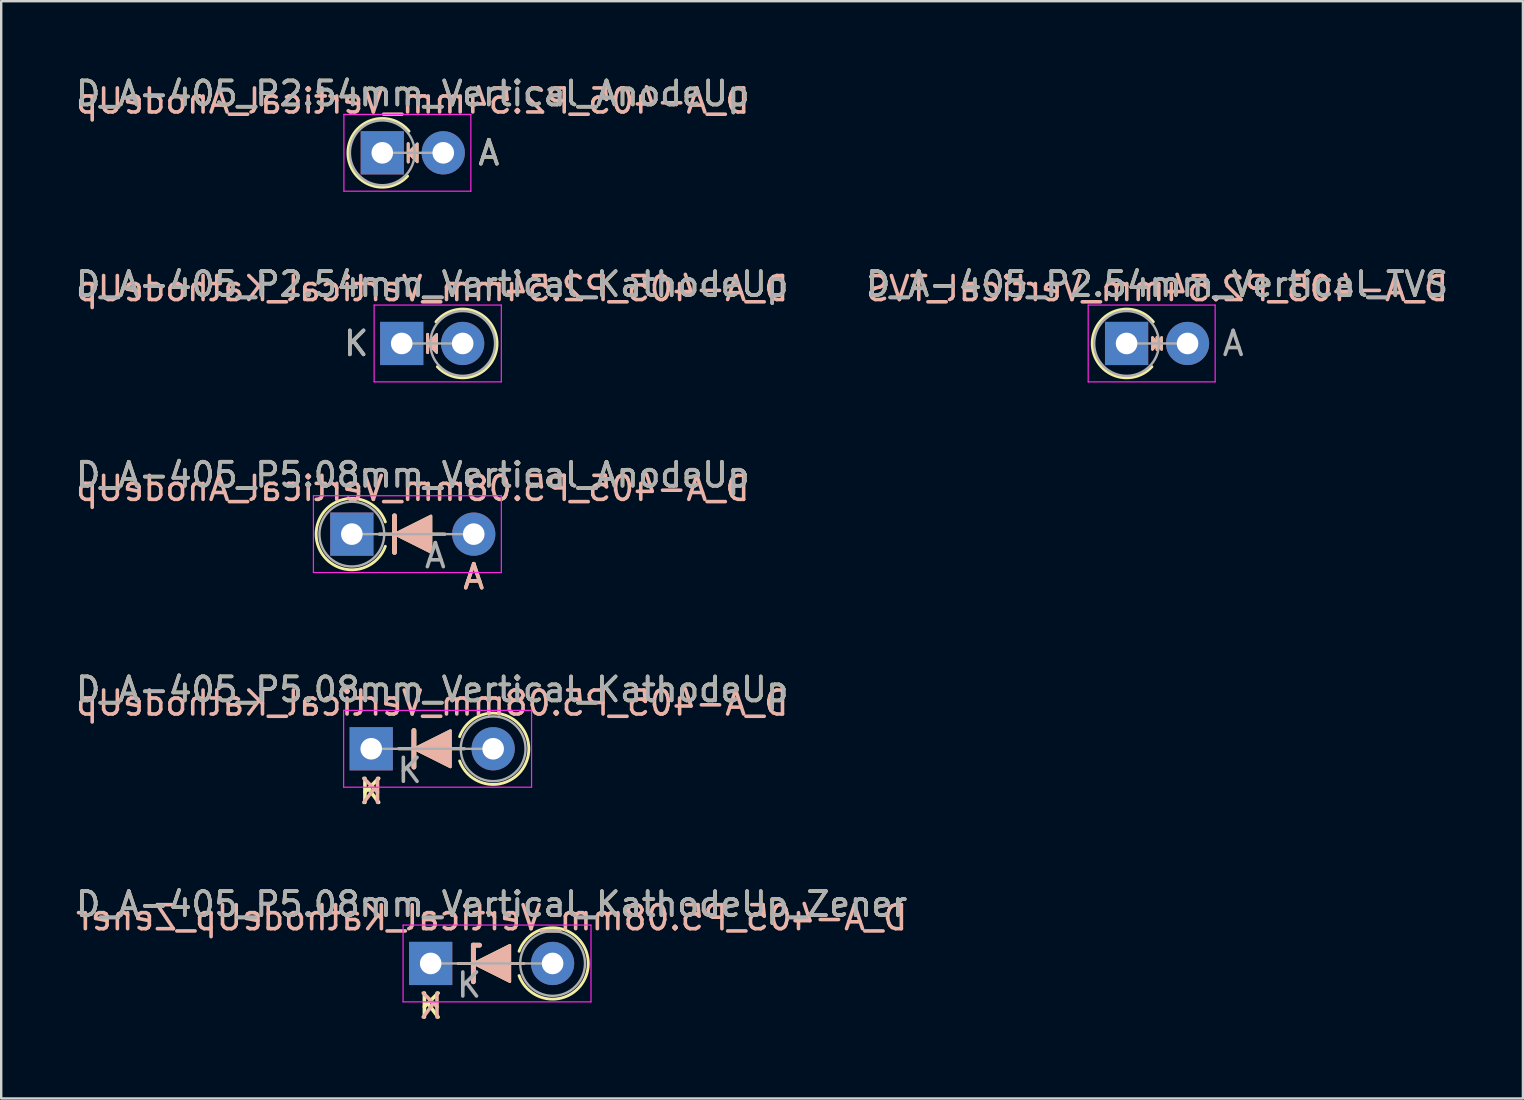
<source format=kicad_pcb>
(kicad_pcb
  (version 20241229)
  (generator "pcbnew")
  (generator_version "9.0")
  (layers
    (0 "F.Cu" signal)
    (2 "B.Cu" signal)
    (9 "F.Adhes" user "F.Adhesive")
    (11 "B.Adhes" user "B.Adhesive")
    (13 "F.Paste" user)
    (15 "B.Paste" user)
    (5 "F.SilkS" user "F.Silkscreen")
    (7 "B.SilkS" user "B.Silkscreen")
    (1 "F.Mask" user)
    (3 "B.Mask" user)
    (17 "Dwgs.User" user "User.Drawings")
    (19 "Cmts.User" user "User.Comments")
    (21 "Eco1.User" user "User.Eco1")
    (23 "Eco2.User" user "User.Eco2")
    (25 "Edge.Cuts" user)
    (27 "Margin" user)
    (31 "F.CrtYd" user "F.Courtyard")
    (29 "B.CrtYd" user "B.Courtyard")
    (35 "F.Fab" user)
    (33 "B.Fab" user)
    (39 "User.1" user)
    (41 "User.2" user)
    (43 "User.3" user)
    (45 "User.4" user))
  (footprint "D_A-405_P5.08mm_Vertical_AnodeUp"
    (layer "F.Cu")
    (at 11.609 19.205)
    (property "Reference" "D_A-405_P5.08mm_Vertical_AnodeUp" (at 2.54 -2.47 0) (layer "F.SilkS") (effects (font (size 1 1) (thickness 0.15))))
    (fp_line (start 1.143 0) (end 3.88 0) (stroke (width 0.12) (type solid)) (layer "F.SilkS"))
    (fp_line (start 1.778 -0.762) (end 1.778 0.762) (stroke (width 0.2) (type solid)) (layer "F.SilkS"))
    (fp_arc (start 1.396999 0.508) (mid -1.486496 0) (end 1.396999 -0.507999) (stroke (width 0.12) (type solid)) (layer "F.SilkS"))
    (fp_poly (pts (xy 3.302 0.762) (xy 1.778 0) (xy 3.302 -0.762)) (stroke (width 0.1) (type solid)) (fill yes) (layer "F.SilkS"))
    (fp_line (start 1.143 0) (end 3.88 0) (stroke (width 0.12) (type solid)) (layer "B.SilkS"))
    (fp_line (start 1.778 0.762) (end 1.778 -0.762) (stroke (width 0.2) (type solid)) (layer "B.SilkS"))
    (fp_poly (pts (xy 3.302 -0.762) (xy 1.778 0) (xy 3.302 0.762)) (stroke (width 0.1) (type solid)) (fill yes) (layer "B.SilkS"))
    (fp_line (start -1.6 -1.6) (end -1.6 1.6) (stroke (width 0.05) (type solid)) (layer "F.CrtYd"))
    (fp_line (start -1.6 1.6) (end 6.23 1.6) (stroke (width 0.05) (type solid)) (layer "F.CrtYd"))
    (fp_line (start 6.23 -1.6) (end -1.6 -1.6) (stroke (width 0.05) (type solid)) (layer "F.CrtYd"))
    (fp_line (start 6.23 1.6) (end 6.23 -1.6) (stroke (width 0.05) (type solid)) (layer "F.CrtYd"))
    (fp_line (start 0 0) (end 5.08 0) (stroke (width 0.1) (type solid)) (layer "F.Fab"))
    (fp_circle (center 0 0) (end 1.35 0) (stroke (width 0.1) (type solid)) (fill no) (layer "F.Fab"))
    (fp_text user "A" (at 5.08 1.778 0) (layer "F.SilkS") (effects (font (size 1 1) (thickness 0.15))))
    (fp_text user "A" (at 5.08 1.778 0) (layer "B.SilkS") (effects (font (size 1 1) (thickness 0.15)) (justify mirror)))
    (fp_text user "${REFERENCE}" (at 2.54 -1.905 0) (layer "B.SilkS") (effects (font (size 1 1) (thickness 0.15)) (justify mirror)))
    (fp_text user "${REFERENCE}" (at 2.54 -2.47 0) (layer "F.Fab") (effects (font (size 1 1) (thickness 0.15))))
    (fp_text user "A" (at 3.48 0.9 0) (layer "F.Fab") (effects (font (size 1 1) (thickness 0.15))))
    (pad "1" thru_hole rect (at 0 0) (size 1.8 1.8) (drill 0.9) (layers "*.Cu" "*.Mask"))
    (pad "2" thru_hole oval (at 5.08 0) (size 1.8 1.8) (drill 0.9) (layers "*.Cu" "*.Mask")))
  (footprint "D_A-405_P5.08mm_Vertical_KathodeUp_Zener"
    (layer "F.Cu")
    (at 14.895 37.094)
    (property "Reference" "D_A-405_P5.08mm_Vertical_KathodeUp_Zener" (at 2.54 -2.47 0) (layer "F.SilkS") (effects (font (size 1 1) (thickness 0.15))))
    (fp_line (start 1.143 0) (end 3.88 0) (stroke (width 0.12) (type solid)) (layer "F.SilkS"))
    (fp_line (start 1.778 -0.762) (end 1.778 0.762) (stroke (width 0.2) (type solid)) (layer "F.SilkS"))
    (fp_line (start 1.778 -0.762) (end 2.032 -0.762) (stroke (width 0.2) (type solid)) (layer "F.SilkS"))
    (fp_arc (start 3.683 -0.507999) (mid 6.566495 0.000001) (end 3.683 0.508) (stroke (width 0.12) (type solid)) (layer "F.SilkS"))
    (fp_poly (pts (xy 3.302 0.762) (xy 1.778 0) (xy 3.302 -0.762)) (stroke (width 0.1) (type solid)) (fill yes) (layer "F.SilkS"))
    (fp_line (start 1.143 0) (end 3.88 0) (stroke (width 0.12) (type solid)) (layer "B.SilkS"))
    (fp_line (start 1.778 -0.762) (end 2.032 -0.762) (stroke (width 0.2) (type solid)) (layer "B.SilkS"))
    (fp_line (start 1.778 0.762) (end 1.778 -0.762) (stroke (width 0.2) (type solid)) (layer "B.SilkS"))
    (fp_poly (pts (xy 3.302 -0.762) (xy 1.778 0) (xy 3.302 0.762)) (stroke (width 0.1) (type solid)) (fill yes) (layer "B.SilkS"))
    (fp_line (start -1.15 -1.6) (end -1.15 1.6) (stroke (width 0.05) (type solid)) (layer "F.CrtYd"))
    (fp_line (start -1.15 1.6) (end 6.68 1.6) (stroke (width 0.05) (type solid)) (layer "F.CrtYd"))
    (fp_line (start 6.68 -1.6) (end -1.15 -1.6) (stroke (width 0.05) (type solid)) (layer "F.CrtYd"))
    (fp_line (start 6.68 1.6) (end 6.68 -1.6) (stroke (width 0.05) (type solid)) (layer "F.CrtYd"))
    (fp_line (start 0 0) (end 5.08 0) (stroke (width 0.1) (type solid)) (layer "F.Fab"))
    (fp_circle (center 5.08 0) (end 6.43 0) (stroke (width 0.1) (type solid)) (fill no) (layer "F.Fab"))
    (fp_text user "K" (at 0 1.778 0) (layer "F.SilkS") (effects (font (size 1 1) (thickness 0.15))))
    (fp_text user "${REFERENCE}" (at 2.54 -1.905 0) (layer "B.SilkS") (effects (font (size 1 1) (thickness 0.15)) (justify mirror)))
    (fp_text user "K" (at 0 1.778 0) (layer "B.SilkS") (effects (font (size 1 1) (thickness 0.15)) (justify mirror)))
    (fp_text user "K" (at 1.6 0.9 0) (layer "F.Fab") (effects (font (size 1 1) (thickness 0.15))))
    (fp_text user "${REFERENCE}" (at 2.54 -2.47 0) (layer "F.Fab") (effects (font (size 1 1) (thickness 0.15))))
    (pad "1" thru_hole rect (at 0 0) (size 1.8 1.8) (drill 0.9) (layers "*.Cu" "*.Mask"))
    (pad "2" thru_hole oval (at 5.08 0) (size 1.8 1.8) (drill 0.9) (layers "*.Cu" "*.Mask")))
  (footprint "D_A-405_P2.54mm_Vertical_TVS"
    (layer "F.Cu")
    (at 43.891 11.261)
    (property "Reference" "D_A-405_P2.54mm_Vertical_TVS" (at 1.27 -2.47 0) (layer "F.SilkS") (effects (font (size 1 1) (thickness 0.15))))
    (fp_line (start 1.27 -0.254) (end 1.27 0.254) (stroke (width 0.12) (type solid)) (layer "F.SilkS"))
    (fp_arc (start 1.05385 0.968866) (mid -1.430816 -0.045469) (end 1.113239 -0.9) (stroke (width 0.12) (type solid)) (layer "F.SilkS"))
    (fp_poly (pts (xy 1.079 -0.254) (xy 1.27 0) (xy 1.079 0.254)) (stroke (width 0.1) (type solid)) (fill yes) (layer "F.SilkS"))
    (fp_poly (pts (xy 1.46 0.254) (xy 1.27 0) (xy 1.46 -0.254)) (stroke (width 0.1) (type solid)) (fill yes) (layer "F.SilkS"))
    (fp_line (start 1.27 0.254) (end 1.27 -0.254) (stroke (width 0.12) (type solid)) (layer "B.SilkS"))
    (fp_poly (pts (xy 1.079 0.254) (xy 1.27 0) (xy 1.079 -0.254)) (stroke (width 0.1) (type solid)) (fill yes) (layer "B.SilkS"))
    (fp_poly (pts (xy 1.46 -0.254) (xy 1.27 0) (xy 1.46 0.254)) (stroke (width 0.1) (type solid)) (fill yes) (layer "B.SilkS"))
    (fp_line (start -1.6 -1.6) (end -1.6 1.6) (stroke (width 0.05) (type solid)) (layer "F.CrtYd"))
    (fp_line (start -1.6 1.6) (end 3.69 1.6) (stroke (width 0.05) (type solid)) (layer "F.CrtYd"))
    (fp_line (start 3.69 -1.6) (end -1.6 -1.6) (stroke (width 0.05) (type solid)) (layer "F.CrtYd"))
    (fp_line (start 3.69 1.6) (end 3.69 -1.6) (stroke (width 0.05) (type solid)) (layer "F.CrtYd"))
    (fp_line (start 0 0) (end 2.54 0) (stroke (width 0.1) (type solid)) (layer "F.Fab"))
    (fp_circle (center 0 0) (end 1.35 0) (stroke (width 0.1) (type solid)) (fill no) (layer "F.Fab"))
    (fp_text user "${REFERENCE}" (at 1.27 -2.286 0) (layer "B.SilkS") (effects (font (size 1 1) (thickness 0.15)) (justify mirror)))
    (fp_text user "A" (at 4.44 0 0) (layer "F.Fab") (effects (font (size 1 1) (thickness 0.15))))
    (fp_text user "${REFERENCE}" (at 1.27 -2.47 0) (layer "F.Fab") (effects (font (size 1 1) (thickness 0.15))))
    (pad "1" thru_hole rect (at 0 0) (size 1.8 1.8) (drill 0.9) (layers "*.Cu" "*.Mask"))
    (pad "2" thru_hole oval (at 2.54 0) (size 1.8 1.8) (drill 0.9) (layers "*.Cu" "*.Mask")))
  (footprint "D_A-405_P2.54mm_Vertical_AnodeUp"
    (layer "F.Cu")
    (at 12.879 3.318)
    (property "Reference" "D_A-405_P2.54mm_Vertical_AnodeUp" (at 1.27 -2.47 0) (layer "F.SilkS") (effects (font (size 1 1) (thickness 0.15))))
    (fp_line (start 1.079 -0.381) (end 1.079 0.381) (stroke (width 0.12) (type solid)) (layer "F.SilkS"))
    (fp_arc (start 1.05385 0.968866) (mid -1.430816 -0.045469) (end 1.113239 -0.9) (stroke (width 0.12) (type solid)) (layer "F.SilkS"))
    (fp_poly (pts (xy 1.46 0.381) (xy 1.079 0) (xy 1.46 -0.381)) (stroke (width 0.1) (type solid)) (fill yes) (layer "F.SilkS"))
    (fp_line (start 1.079 0.381) (end 1.079 -0.381) (stroke (width 0.12) (type solid)) (layer "B.SilkS"))
    (fp_poly (pts (xy 1.46 -0.381) (xy 1.079 0) (xy 1.46 0.381)) (stroke (width 0.1) (type solid)) (fill yes) (layer "B.SilkS"))
    (fp_line (start -1.6 -1.6) (end -1.6 1.6) (stroke (width 0.05) (type solid)) (layer "F.CrtYd"))
    (fp_line (start -1.6 1.6) (end 3.69 1.6) (stroke (width 0.05) (type solid)) (layer "F.CrtYd"))
    (fp_line (start 3.69 -1.6) (end -1.6 -1.6) (stroke (width 0.05) (type solid)) (layer "F.CrtYd"))
    (fp_line (start 3.69 1.6) (end 3.69 -1.6) (stroke (width 0.05) (type solid)) (layer "F.CrtYd"))
    (fp_line (start 0 0) (end 2.54 0) (stroke (width 0.1) (type solid)) (layer "F.Fab"))
    (fp_circle (center 0 0) (end 1.35 0) (stroke (width 0.1) (type solid)) (fill no) (layer "F.Fab"))
    (fp_text user "A" (at 4.44 0 0) (layer "F.SilkS") (effects (font (size 1 1) (thickness 0.15))))
    (fp_text user "${REFERENCE}" (at 1.27 -2.159 0) (layer "B.SilkS") (effects (font (size 1 1) (thickness 0.15)) (justify mirror)))
    (fp_text user "${REFERENCE}" (at 1.27 -2.47 0) (layer "F.Fab") (effects (font (size 1 1) (thickness 0.15))))
    (fp_text user "A" (at 4.44 0 0) (layer "F.Fab") (effects (font (size 1 1) (thickness 0.15))))
    (pad "1" thru_hole rect (at 0 0) (size 1.8 1.8) (drill 0.9) (layers "*.Cu" "*.Mask"))
    (pad "2" thru_hole oval (at 2.54 0) (size 1.8 1.8) (drill 0.9) (layers "*.Cu" "*.Mask")))
  (footprint "D_A-405_P5.08mm_Vertical_KathodeUp"
    (layer "F.Cu")
    (at 12.418 28.149)
    (property "Reference" "D_A-405_P5.08mm_Vertical_KathodeUp" (at 2.54 -2.47 0) (layer "F.SilkS") (effects (font (size 1 1) (thickness 0.15))))
    (fp_line (start 1.143 0) (end 3.88 0) (stroke (width 0.12) (type solid)) (layer "F.SilkS"))
    (fp_line (start 1.778 -0.762) (end 1.778 0.762) (stroke (width 0.2) (type solid)) (layer "F.SilkS"))
    (fp_arc (start 3.683 -0.507999) (mid 6.566495 0.000001) (end 3.683 0.508) (stroke (width 0.12) (type solid)) (layer "F.SilkS"))
    (fp_poly (pts (xy 3.302 0.762) (xy 1.778 0) (xy 3.302 -0.762)) (stroke (width 0.1) (type solid)) (fill yes) (layer "F.SilkS"))
    (fp_line (start 1.143 0) (end 3.88 0) (stroke (width 0.12) (type solid)) (layer "B.SilkS"))
    (fp_line (start 1.778 0.762) (end 1.778 -0.762) (stroke (width 0.2) (type solid)) (layer "B.SilkS"))
    (fp_poly (pts (xy 3.302 -0.762) (xy 1.778 0) (xy 3.302 0.762)) (stroke (width 0.1) (type solid)) (fill yes) (layer "B.SilkS"))
    (fp_line (start -1.15 -1.6) (end -1.15 1.6) (stroke (width 0.05) (type solid)) (layer "F.CrtYd"))
    (fp_line (start -1.15 1.6) (end 6.68 1.6) (stroke (width 0.05) (type solid)) (layer "F.CrtYd"))
    (fp_line (start 6.68 -1.6) (end -1.15 -1.6) (stroke (width 0.05) (type solid)) (layer "F.CrtYd"))
    (fp_line (start 6.68 1.6) (end 6.68 -1.6) (stroke (width 0.05) (type solid)) (layer "F.CrtYd"))
    (fp_line (start 0 0) (end 5.08 0) (stroke (width 0.1) (type solid)) (layer "F.Fab"))
    (fp_circle (center 5.08 0) (end 6.43 0) (stroke (width 0.1) (type solid)) (fill no) (layer "F.Fab"))
    (fp_text user "K" (at 0 1.778 0) (layer "F.SilkS") (effects (font (size 1 1) (thickness 0.15))))
    (fp_text user "K" (at 0 1.778 0) (layer "B.SilkS") (effects (font (size 1 1) (thickness 0.15)) (justify mirror)))
    (fp_text user "${REFERENCE}" (at 2.54 -1.905 0) (layer "B.SilkS") (effects (font (size 1 1) (thickness 0.15)) (justify mirror)))
    (fp_text user "K" (at 1.6 0.9 0) (layer "F.Fab") (effects (font (size 1 1) (thickness 0.15))))
    (fp_text user "${REFERENCE}" (at 2.54 -2.47 0) (layer "F.Fab") (effects (font (size 1 1) (thickness 0.15))))
    (pad "1" thru_hole rect (at 0 0) (size 1.8 1.8) (drill 0.9) (layers "*.Cu" "*.Mask"))
    (pad "2" thru_hole oval (at 5.08 0) (size 1.8 1.8) (drill 0.9) (layers "*.Cu" "*.Mask")))
  (footprint "D_A-405_P2.54mm_Vertical_KathodeUp"
    (layer "F.Cu")
    (at 13.688 11.261)
    (property "Reference" "D_A-405_P2.54mm_Vertical_KathodeUp" (at 1.27 -2.47 0) (layer "F.SilkS") (effects (font (size 1 1) (thickness 0.15))))
    (fp_line (start 1.079 -0.381) (end 1.079 0.381) (stroke (width 0.12) (type solid)) (layer "F.SilkS"))
    (fp_arc (start 1.426761 -0.9) (mid 3.970816 -0.045469) (end 1.48615 0.968866) (stroke (width 0.12) (type solid)) (layer "F.SilkS"))
    (fp_poly (pts (xy 1.46 0.381) (xy 1.079 0) (xy 1.46 -0.381)) (stroke (width 0.1) (type solid)) (fill yes) (layer "F.SilkS"))
    (fp_line (start 1.079 0.381) (end 1.079 -0.381) (stroke (width 0.12) (type solid)) (layer "B.SilkS"))
    (fp_poly (pts (xy 1.46 -0.381) (xy 1.079 0) (xy 1.46 0.381)) (stroke (width 0.1) (type solid)) (fill yes) (layer "B.SilkS"))
    (fp_line (start -1.15 -1.6) (end -1.15 1.6) (stroke (width 0.05) (type solid)) (layer "F.CrtYd"))
    (fp_line (start -1.15 1.6) (end 4.15 1.6) (stroke (width 0.05) (type solid)) (layer "F.CrtYd"))
    (fp_line (start 4.15 -1.6) (end -1.15 -1.6) (stroke (width 0.05) (type solid)) (layer "F.CrtYd"))
    (fp_line (start 4.15 1.6) (end 4.15 -1.6) (stroke (width 0.05) (type solid)) (layer "F.CrtYd"))
    (fp_line (start 0 0) (end 2.54 0) (stroke (width 0.1) (type solid)) (layer "F.Fab"))
    (fp_circle (center 2.54 0) (end 3.89 0) (stroke (width 0.1) (type solid)) (fill no) (layer "F.Fab"))
    (fp_text user "K" (at -1.9 0 0) (layer "F.SilkS") (effects (font (size 1 1) (thickness 0.15))))
    (fp_text user "${REFERENCE}" (at 1.27 -2.286 0) (layer "B.SilkS") (effects (font (size 1 1) (thickness 0.15)) (justify mirror)))
    (fp_text user "K" (at -1.9 0 0) (layer "F.Fab") (effects (font (size 1 1) (thickness 0.15))))
    (fp_text user "${REFERENCE}" (at 1.27 -2.47 0) (layer "F.Fab") (effects (font (size 1 1) (thickness 0.15))))
    (pad "1" thru_hole rect (at 0 0) (size 1.8 1.8) (drill 0.9) (layers "*.Cu" "*.Mask"))
    (pad "2" thru_hole oval (at 2.54 0) (size 1.8 1.8) (drill 0.9) (layers "*.Cu" "*.Mask")))
  (gr_rect
    (start -3 -3)
    (end 60.405 42.72)
    (stroke (width 0.1) (type default))
    (fill no)
    (layer "Edge.Cuts")))
</source>
